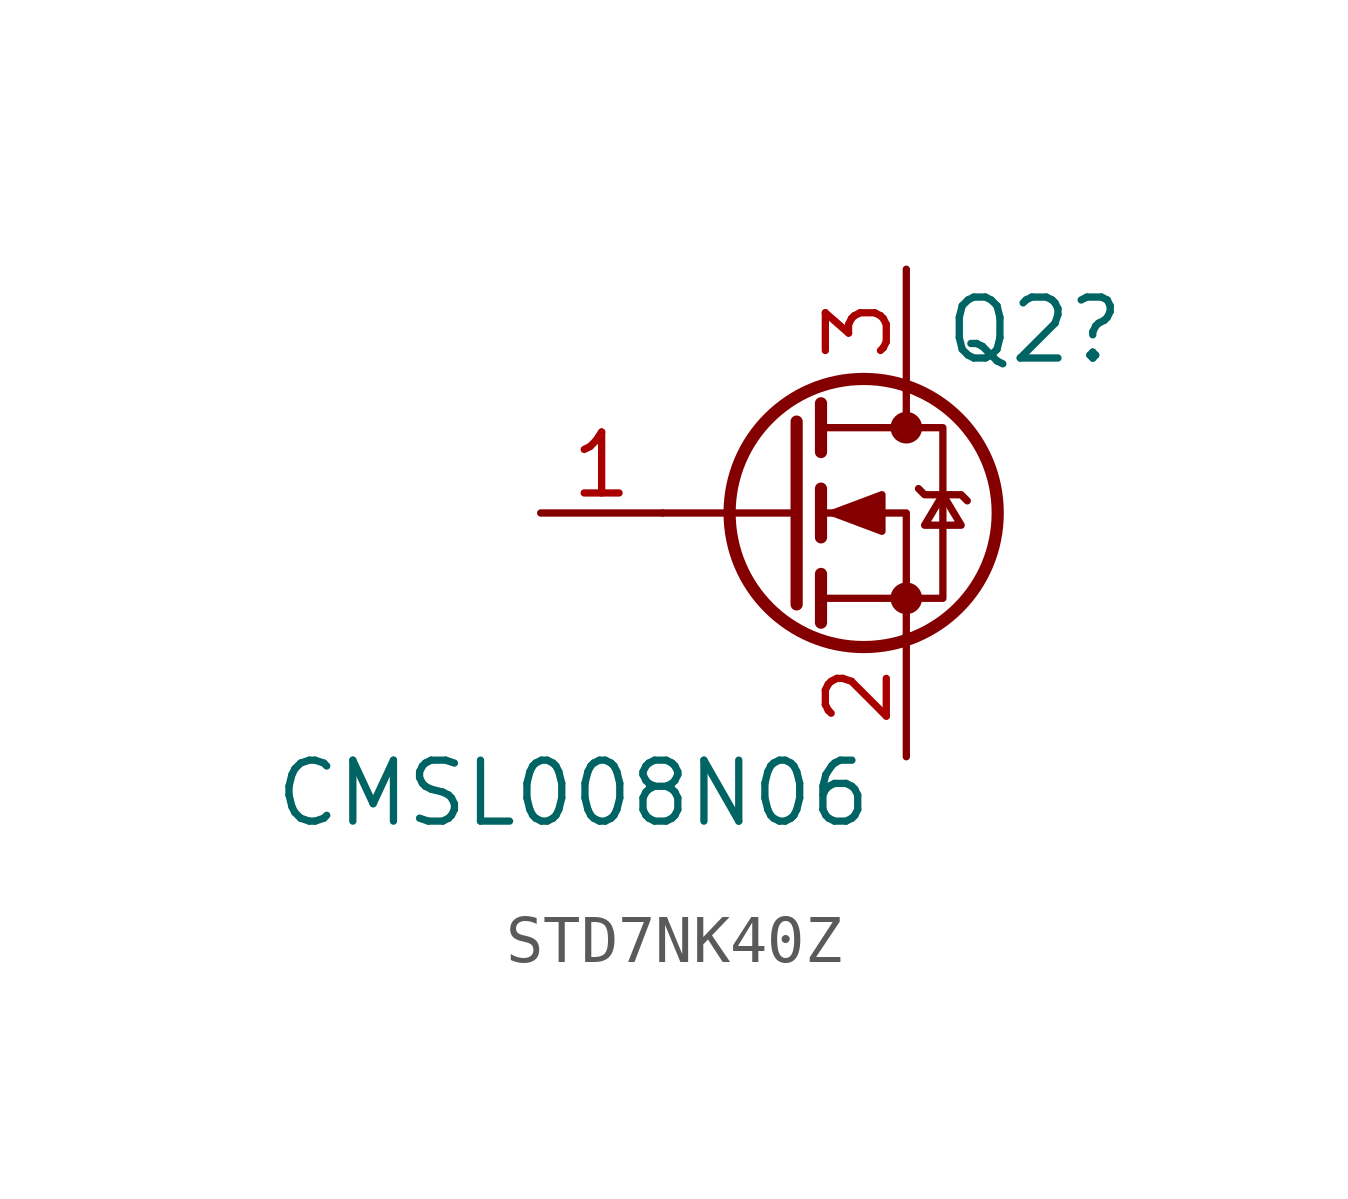
<source format=kicad_sym>
(kicad_symbol_lib
  (version 20241209)
  (generator "kicad_symbol_editor")
  (generator_version "9.0")
  (symbol "STD7NK40Z"
    (pin_names
      (hide yes))
    (property "Reference" "Q2"
      (at 3.302 3.81 0)
      (effects (font (size 1.27 1.27)) (justify left)))
    (property "Value" "CMSL008N06"
      (at -10.668 -5.842 0)
      (effects (font (size 1.27 1.27)) (justify left)))
    (symbol "STD7NK40Z_0_1"
      (polyline (pts (xy 0.254 1.905) (xy 0.254 -1.905)) (stroke (width 0.254) (type default)) (fill (type none)))
      (polyline (pts (xy 0.254 0) (xy -2.54 0)) (stroke (width 0) (type default)) (fill (type none)))
      (polyline (pts (xy 0.762 2.286) (xy 0.762 1.27)) (stroke (width 0.254) (type default)) (fill (type none)))
      (polyline (pts (xy 0.762 0.508) (xy 0.762 -0.508)) (stroke (width 0.254) (type default)) (fill (type none)))
      (polyline (pts (xy 0.762 -1.27) (xy 0.762 -2.286)) (stroke (width 0.254) (type default)) (fill (type none)))
      (polyline (pts (xy 0.762 -1.778) (xy 3.302 -1.778) (xy 3.302 1.778) (xy 0.762 1.778)) (stroke (width 0) (type default)) (fill (type none)))
      (polyline (pts (xy 1.016 0) (xy 2.032 0.381) (xy 2.032 -0.381) (xy 1.016 0)) (stroke (width 0) (type default)) (fill (type outline)))
      (circle (center 1.651 0) (radius 2.794) (stroke (width 0.254) (type default)) (fill (type none)))
      (polyline (pts (xy 2.54 2.54) (xy 2.54 1.778)) (stroke (width 0) (type default)) (fill (type none)))
      (circle (center 2.54 1.778) (radius 0.254) (stroke (width 0) (type default)) (fill (type outline)))
      (circle (center 2.54 -1.778) (radius 0.254) (stroke (width 0) (type default)) (fill (type outline)))
      (polyline (pts (xy 2.54 -2.54) (xy 2.54 0) (xy 0.762 0)) (stroke (width 0) (type default)) (fill (type none)))
      (polyline (pts (xy 2.794 0.508) (xy 2.921 0.381) (xy 3.683 0.381) (xy 3.81 0.254)) (stroke (width 0) (type default)) (fill (type none)))
      (polyline (pts (xy 3.302 0.381) (xy 2.921 -0.254) (xy 3.683 -0.254) (xy 3.302 0.381)) (stroke (width 0) (type default)) (fill (type none))))
    (symbol "STD7NK40Z_1_1"
      (pin passive line (at -5.08 0 0) (length 2.54) (name "G" (effects (font (size 1.27 1.27)))) (number "1" (effects (font (size 1.27 1.27)))))
      (pin passive line (at 2.54 5.08 270) (length 2.54) (name "S" (effects (font (size 1.27 1.27)))) (number "3" (effects (font (size 1.27 1.27)))))
      (pin passive line (at 2.54 -5.08 90) (length 2.54) (name "D" (effects (font (size 1.27 1.27)))) (number "2" (effects (font (size 1.27 1.27))))))))
</source>
